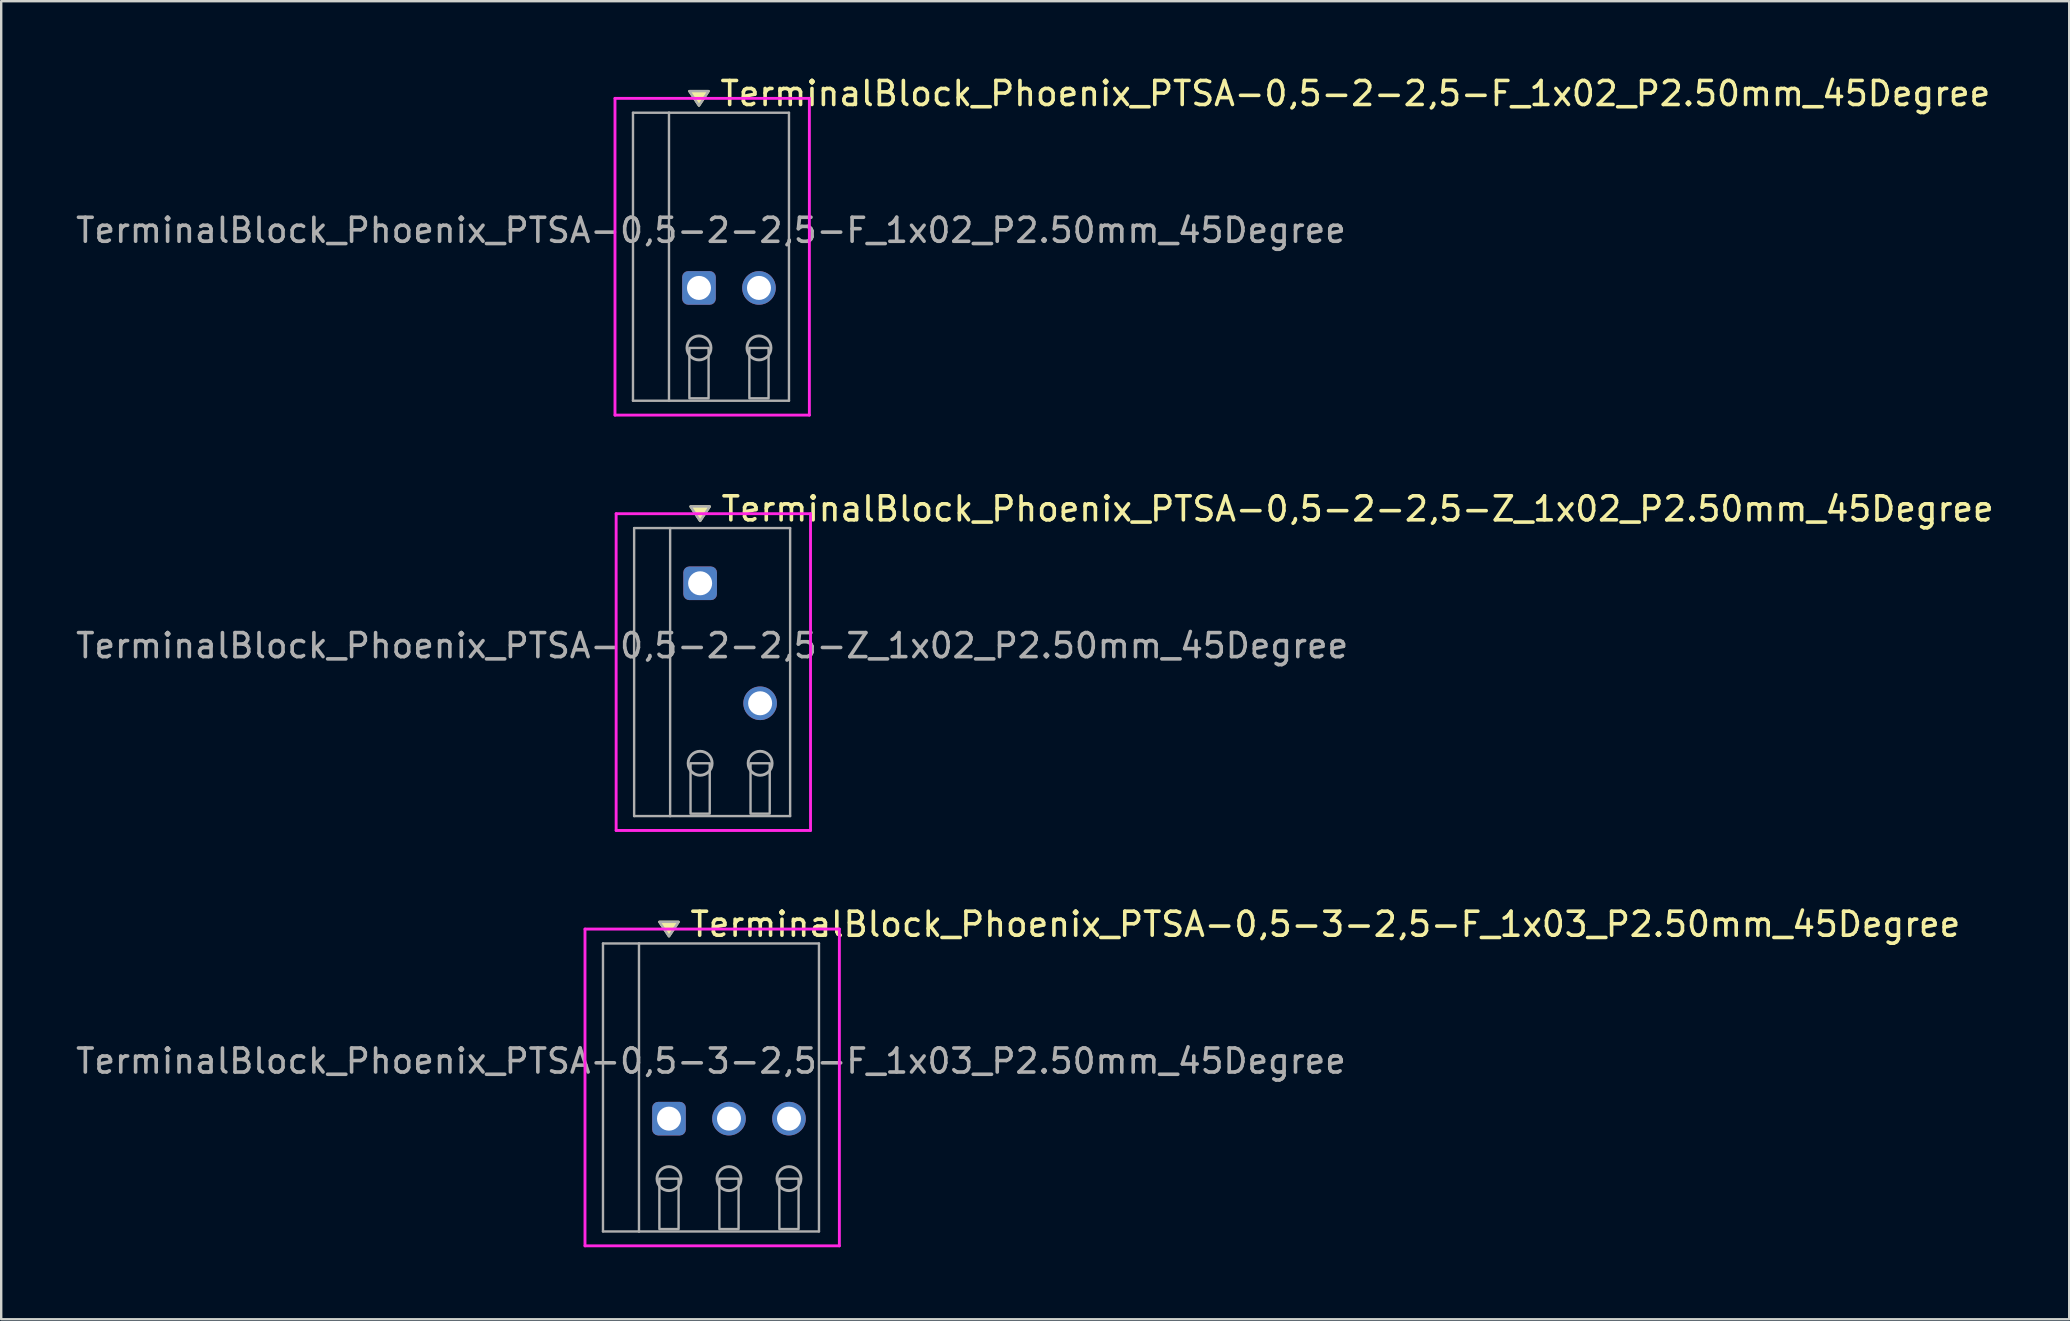
<source format=kicad_pcb>
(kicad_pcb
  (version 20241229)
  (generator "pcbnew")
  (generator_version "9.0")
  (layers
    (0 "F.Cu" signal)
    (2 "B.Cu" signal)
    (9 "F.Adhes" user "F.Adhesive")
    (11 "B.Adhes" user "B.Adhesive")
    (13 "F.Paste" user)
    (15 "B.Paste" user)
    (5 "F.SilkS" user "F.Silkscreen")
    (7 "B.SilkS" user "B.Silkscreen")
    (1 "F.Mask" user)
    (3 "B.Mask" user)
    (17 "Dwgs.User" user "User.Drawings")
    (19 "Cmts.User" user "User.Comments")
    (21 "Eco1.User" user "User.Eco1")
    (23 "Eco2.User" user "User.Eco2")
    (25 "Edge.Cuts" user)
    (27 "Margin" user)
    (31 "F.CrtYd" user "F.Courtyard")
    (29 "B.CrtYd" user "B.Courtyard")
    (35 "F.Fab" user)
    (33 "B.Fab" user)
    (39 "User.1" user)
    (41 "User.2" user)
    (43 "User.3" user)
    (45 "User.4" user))
  (footprint "TerminalBlock_Phoenix_PTSA-0,5-2-2,5-Z_1x02_P2.50mm_45Degree"
    (layer "F.Cu")
    (at 26.125 26.256)
    (property "Reference" "TerminalBlock_Phoenix_PTSA-0,5-2-2,5-Z_1x02_P2.50mm_45Degree" (at 0.8 -8.1 0) (layer "F.SilkS") (effects (font (size 1 1) (thickness 0.15)) (justify left)))
    (attr through_hole)
    (fp_poly (pts (xy 0 -7.6) (xy -0.4 -8.2) (xy 0.4 -8.2)) (stroke (width 0.1) (type solid)) (fill yes) (layer "F.SilkS"))
    (fp_line (start -3.5 -7.9) (end 4.6 -7.9) (stroke (width 0.12) (type solid)) (layer "F.CrtYd"))
    (fp_line (start -3.5 5.3) (end -3.5 -7.9) (stroke (width 0.12) (type solid)) (layer "F.CrtYd"))
    (fp_line (start 4.6 -7.9) (end 4.6 5.3) (stroke (width 0.12) (type solid)) (layer "F.CrtYd"))
    (fp_line (start 4.6 5.3) (end -3.5 5.3) (stroke (width 0.12) (type solid)) (layer "F.CrtYd"))
    (fp_line (start -2.75 -7.3) (end -1.25 -7.3) (stroke (width 0.1) (type solid)) (layer "F.Fab"))
    (fp_line (start -2.75 4.7) (end -2.75 -7.3) (stroke (width 0.1) (type solid)) (layer "F.Fab"))
    (fp_line (start -1.25 -7.3) (end -1.25 4.7) (stroke (width 0.1) (type solid)) (layer "F.Fab"))
    (fp_line (start -1.25 4.7) (end -2.75 4.7) (stroke (width 0.1) (type solid)) (layer "F.Fab"))
    (fp_line (start -1.25 4.7) (end 3.75 4.7) (stroke (width 0.1) (type solid)) (layer "F.Fab"))
    (fp_line (start 3.75 -7.3) (end -1.25 -7.3) (stroke (width 0.1) (type solid)) (layer "F.Fab"))
    (fp_line (start 3.75 4.7) (end 3.75 -7.3) (stroke (width 0.1) (type solid)) (layer "F.Fab"))
    (fp_circle (center 0 2.5) (end -0.5 2.5) (stroke (width 0.12) (type solid)) (fill no) (layer "F.Fab"))
    (fp_circle (center 2.5 2.5) (end 2 2.5) (stroke (width 0.12) (type solid)) (fill no) (layer "F.Fab"))
    (fp_poly (pts (xy 0 -7.6) (xy -0.4 -8.2) (xy 0.4 -8.2)) (stroke (width 0.1) (type solid)) (fill no) (layer "F.Fab"))
    (fp_poly (pts (xy -0.4 2.5) (xy -0.4 4.6) (xy 0.4 4.6) (xy 0.4 2.5)) (stroke (width 0.1) (type solid)) (fill no) (layer "F.Fab"))
    (fp_poly (pts (xy 2.1 2.5) (xy 2.1 4.6) (xy 2.9 4.6) (xy 2.9 2.5)) (stroke (width 0.1) (type solid)) (fill no) (layer "F.Fab"))
    (fp_text user "${REFERENCE}" (at 0.5 -2.4 0) (layer "F.Fab") (effects (font (size 1 1) (thickness 0.15))))
    (pad "1" thru_hole roundrect (at 0 -5) (size 1.4 1.4) (drill 1) (layers "*.Cu" "*.Mask") (roundrect_rratio 0.179))
    (pad "2" thru_hole oval (at 2.5 0) (size 1.4 1.4) (drill 1) (layers "*.Cu" "*.Mask")))
  (footprint "TerminalBlock_Phoenix_PTSA-0,5-3-2,5-F_1x03_P2.50mm_45Degree"
    (layer "F.Cu")
    (at 24.827 43.565)
    (property "Reference" "TerminalBlock_Phoenix_PTSA-0,5-3-2,5-F_1x03_P2.50mm_45Degree" (at 0.8 -8.1 0) (layer "F.SilkS") (effects (font (size 1 1) (thickness 0.15)) (justify left)))
    (attr through_hole)
    (fp_poly (pts (xy 0 -7.6) (xy -0.4 -8.2) (xy 0.4 -8.2)) (stroke (width 0.1) (type solid)) (fill yes) (layer "F.SilkS"))
    (fp_line (start -3.5 -7.9) (end 7.1 -7.9) (stroke (width 0.12) (type solid)) (layer "F.CrtYd"))
    (fp_line (start -3.5 5.3) (end -3.5 -7.9) (stroke (width 0.12) (type solid)) (layer "F.CrtYd"))
    (fp_line (start 7.1 -7.9) (end 7.1 5.3) (stroke (width 0.12) (type solid)) (layer "F.CrtYd"))
    (fp_line (start 7.1 5.3) (end -3.5 5.3) (stroke (width 0.12) (type solid)) (layer "F.CrtYd"))
    (fp_line (start -2.75 -7.3) (end -1.25 -7.3) (stroke (width 0.1) (type solid)) (layer "F.Fab"))
    (fp_line (start -2.75 4.7) (end -2.75 -7.3) (stroke (width 0.1) (type solid)) (layer "F.Fab"))
    (fp_line (start -1.25 -7.3) (end -1.25 4.7) (stroke (width 0.1) (type solid)) (layer "F.Fab"))
    (fp_line (start -1.25 4.7) (end -2.75 4.7) (stroke (width 0.1) (type solid)) (layer "F.Fab"))
    (fp_line (start -1.25 4.7) (end 6.25 4.7) (stroke (width 0.1) (type solid)) (layer "F.Fab"))
    (fp_line (start 6.25 -7.3) (end -1.25 -7.3) (stroke (width 0.1) (type solid)) (layer "F.Fab"))
    (fp_line (start 6.25 4.7) (end 6.25 -7.3) (stroke (width 0.1) (type solid)) (layer "F.Fab"))
    (fp_circle (center 0 2.5) (end -0.5 2.5) (stroke (width 0.12) (type solid)) (fill no) (layer "F.Fab"))
    (fp_circle (center 2.5 2.5) (end 2 2.5) (stroke (width 0.12) (type solid)) (fill no) (layer "F.Fab"))
    (fp_circle (center 5 2.5) (end 4.5 2.5) (stroke (width 0.12) (type solid)) (fill no) (layer "F.Fab"))
    (fp_poly (pts (xy 0 -7.6) (xy -0.4 -8.2) (xy 0.4 -8.2)) (stroke (width 0.1) (type solid)) (fill no) (layer "F.Fab"))
    (fp_poly (pts (xy -0.4 2.5) (xy -0.4 4.6) (xy 0.4 4.6) (xy 0.4 2.5)) (stroke (width 0.1) (type solid)) (fill no) (layer "F.Fab"))
    (fp_poly (pts (xy 2.1 2.5) (xy 2.1 4.6) (xy 2.9 4.6) (xy 2.9 2.5)) (stroke (width 0.1) (type solid)) (fill no) (layer "F.Fab"))
    (fp_poly (pts (xy 4.6 2.5) (xy 4.6 4.6) (xy 5.4 4.6) (xy 5.4 2.5)) (stroke (width 0.1) (type solid)) (fill no) (layer "F.Fab"))
    (fp_text user "${REFERENCE}" (at 1.75 -2.4 0) (layer "F.Fab") (effects (font (size 1 1) (thickness 0.15))))
    (pad "1" thru_hole roundrect (at 0 0) (size 1.4 1.4) (drill 1) (layers "*.Cu" "*.Mask") (roundrect_rratio 0.179))
    (pad "2" thru_hole oval (at 2.5 0) (size 1.4 1.4) (drill 1) (layers "*.Cu" "*.Mask"))
    (pad "3" thru_hole oval (at 5 0) (size 1.4 1.4) (drill 1) (layers "*.Cu" "*.Mask")))
  (footprint "TerminalBlock_Phoenix_PTSA-0,5-2-2,5-F_1x02_P2.50mm_45Degree"
    (layer "F.Cu")
    (at 26.077 8.948)
    (property "Reference" "TerminalBlock_Phoenix_PTSA-0,5-2-2,5-F_1x02_P2.50mm_45Degree" (at 0.8 -8.1 0) (layer "F.SilkS") (effects (font (size 1 1) (thickness 0.15)) (justify left)))
    (attr through_hole)
    (fp_poly (pts (xy 0 -7.6) (xy -0.4 -8.2) (xy 0.4 -8.2)) (stroke (width 0.1) (type solid)) (fill yes) (layer "F.SilkS"))
    (fp_line (start -3.5 -7.9) (end 4.6 -7.9) (stroke (width 0.12) (type solid)) (layer "F.CrtYd"))
    (fp_line (start -3.5 5.3) (end -3.5 -7.9) (stroke (width 0.12) (type solid)) (layer "F.CrtYd"))
    (fp_line (start 4.6 -7.9) (end 4.6 5.3) (stroke (width 0.12) (type solid)) (layer "F.CrtYd"))
    (fp_line (start 4.6 5.3) (end -3.5 5.3) (stroke (width 0.12) (type solid)) (layer "F.CrtYd"))
    (fp_line (start -2.75 -7.3) (end -1.25 -7.3) (stroke (width 0.1) (type solid)) (layer "F.Fab"))
    (fp_line (start -2.75 4.7) (end -2.75 -7.3) (stroke (width 0.1) (type solid)) (layer "F.Fab"))
    (fp_line (start -1.25 -7.3) (end -1.25 4.7) (stroke (width 0.1) (type solid)) (layer "F.Fab"))
    (fp_line (start -1.25 4.7) (end -2.75 4.7) (stroke (width 0.1) (type solid)) (layer "F.Fab"))
    (fp_line (start -1.25 4.7) (end 3.75 4.7) (stroke (width 0.1) (type solid)) (layer "F.Fab"))
    (fp_line (start 3.75 -7.3) (end -1.25 -7.3) (stroke (width 0.1) (type solid)) (layer "F.Fab"))
    (fp_line (start 3.75 4.7) (end 3.75 -7.3) (stroke (width 0.1) (type solid)) (layer "F.Fab"))
    (fp_circle (center 0 2.5) (end -0.5 2.5) (stroke (width 0.12) (type solid)) (fill no) (layer "F.Fab"))
    (fp_circle (center 2.5 2.5) (end 2 2.5) (stroke (width 0.12) (type solid)) (fill no) (layer "F.Fab"))
    (fp_poly (pts (xy 0 -7.6) (xy -0.4 -8.2) (xy 0.4 -8.2)) (stroke (width 0.1) (type solid)) (fill no) (layer "F.Fab"))
    (fp_poly (pts (xy -0.4 2.5) (xy -0.4 4.6) (xy 0.4 4.6) (xy 0.4 2.5)) (stroke (width 0.1) (type solid)) (fill no) (layer "F.Fab"))
    (fp_poly (pts (xy 2.1 2.5) (xy 2.1 4.6) (xy 2.9 4.6) (xy 2.9 2.5)) (stroke (width 0.1) (type solid)) (fill no) (layer "F.Fab"))
    (fp_text user "${REFERENCE}" (at 0.5 -2.4 0) (layer "F.Fab") (effects (font (size 1 1) (thickness 0.15))))
    (pad "1" thru_hole roundrect (at 0 0) (size 1.4 1.4) (drill 1) (layers "*.Cu" "*.Mask") (roundrect_rratio 0.179))
    (pad "2" thru_hole oval (at 2.5 0) (size 1.4 1.4) (drill 1) (layers "*.Cu" "*.Mask")))
  (gr_rect
    (start -3 -3)
    (end 83.175 51.925)
    (stroke (width 0.1) (type default))
    (fill no)
    (layer "Edge.Cuts")))
</source>
